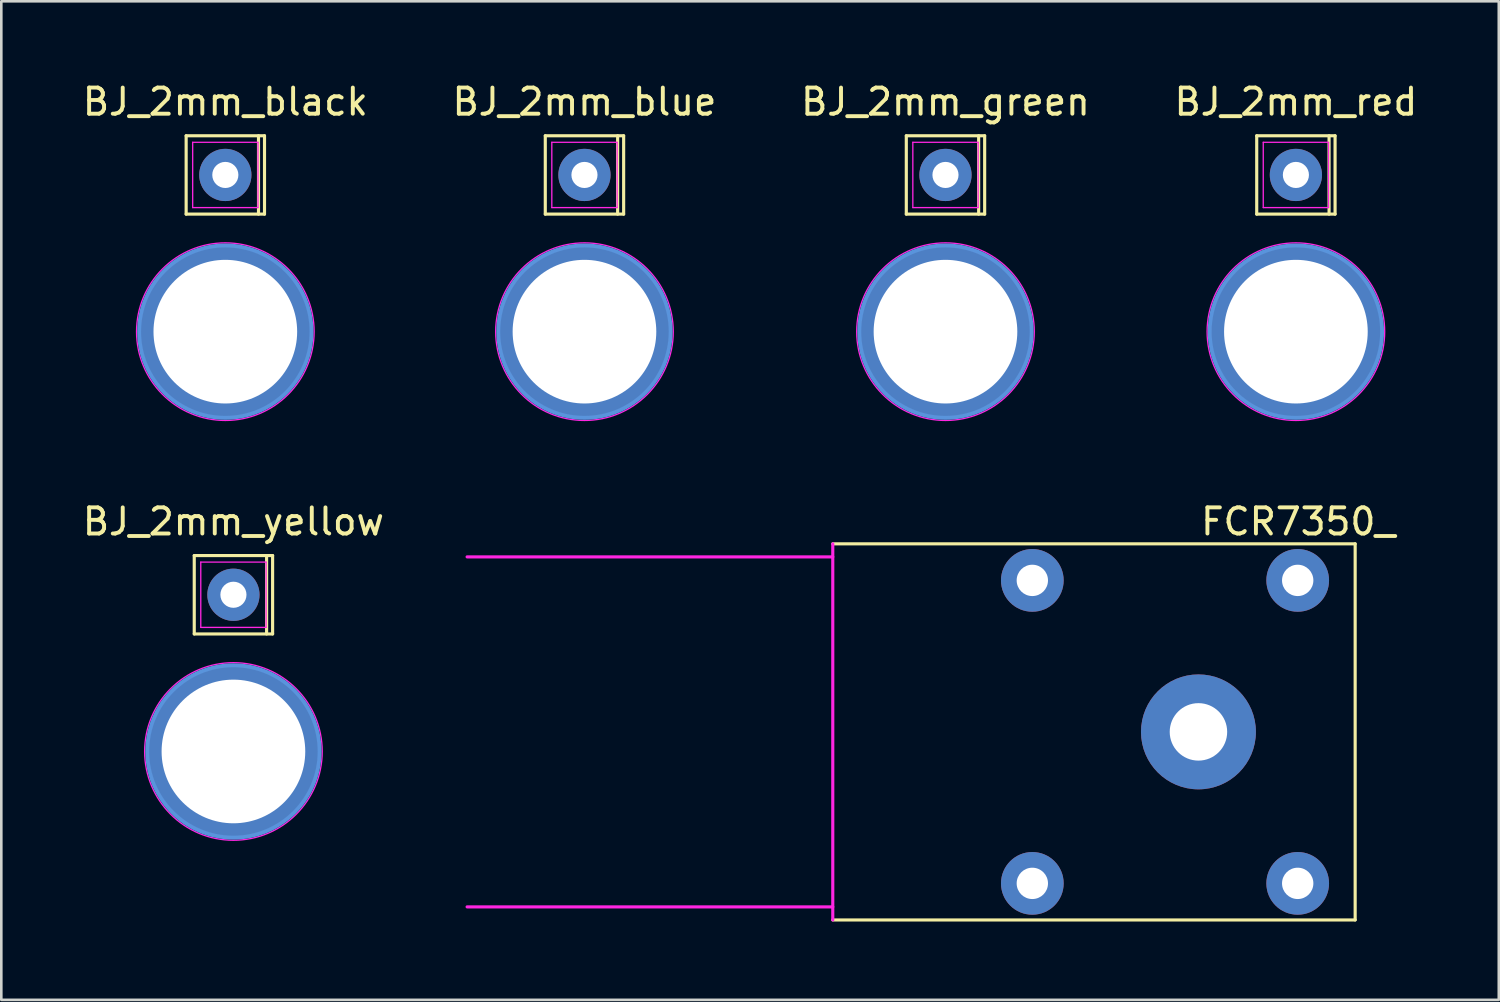
<source format=kicad_pcb>
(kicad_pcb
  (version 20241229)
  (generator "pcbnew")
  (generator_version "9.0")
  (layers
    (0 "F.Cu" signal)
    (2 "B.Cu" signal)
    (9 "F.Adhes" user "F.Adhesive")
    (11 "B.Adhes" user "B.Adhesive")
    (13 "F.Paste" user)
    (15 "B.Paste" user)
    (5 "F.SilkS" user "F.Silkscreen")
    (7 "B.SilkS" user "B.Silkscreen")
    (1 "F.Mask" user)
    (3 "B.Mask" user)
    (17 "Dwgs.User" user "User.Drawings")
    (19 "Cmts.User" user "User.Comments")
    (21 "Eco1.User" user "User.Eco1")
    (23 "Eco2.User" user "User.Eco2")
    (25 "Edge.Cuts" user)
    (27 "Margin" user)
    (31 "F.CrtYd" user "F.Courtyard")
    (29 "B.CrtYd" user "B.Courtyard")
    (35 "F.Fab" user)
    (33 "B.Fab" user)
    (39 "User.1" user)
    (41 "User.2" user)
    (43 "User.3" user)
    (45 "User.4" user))
  (footprint "BJ_2mm_yellow"
    (layer "F.Cu")
    (at 5.887 19.721)
    (property "Reference" "BJ_2mm_yellow" (at 0 -2.8 0) (layer "F.SilkS") (effects (font (size 1 1) (thickness 0.15))))
    (attr through_hole)
    (fp_line (start -1.5 -1.5) (end 1.5 -1.5) (stroke (width 0.12) (type solid)) (layer "F.SilkS"))
    (fp_line (start -1.5 1.5) (end -1.5 -1.5) (stroke (width 0.12) (type solid)) (layer "F.SilkS"))
    (fp_line (start 1.27 -1.5) (end 1.27 1.5) (stroke (width 0.12) (type solid)) (layer "F.SilkS"))
    (fp_line (start 1.5 -1.5) (end 1.5 1.5) (stroke (width 0.12) (type solid)) (layer "F.SilkS"))
    (fp_line (start 1.5 1.5) (end -1.5 1.5) (stroke (width 0.12) (type solid)) (layer "F.SilkS"))
    (fp_circle (center 0 6) (end 3.3 6) (stroke (width 0.15) (type solid)) (fill no) (layer "Cmts.User"))
    (fp_line (start -1.25 -1.25) (end 1.25 -1.25) (stroke (width 0.05) (type solid)) (layer "F.CrtYd"))
    (fp_line (start -1.25 1.25) (end -1.25 -1.25) (stroke (width 0.05) (type solid)) (layer "F.CrtYd"))
    (fp_line (start 1.25 -1.25) (end 1.25 1.25) (stroke (width 0.05) (type solid)) (layer "F.CrtYd"))
    (fp_line (start 1.25 1.25) (end -1.25 1.25) (stroke (width 0.05) (type solid)) (layer "F.CrtYd"))
    (fp_circle (center 0 6) (end 3.4 6) (stroke (width 0.05) (type solid)) (fill no) (layer "F.CrtYd"))
    (pad "" np_thru_hole circle (at 0 6) (size 6.5 6.5) (drill 5.5) (layers "*.Cu" "*.Mask"))
    (pad "0" thru_hole circle (at 0 0) (size 2 2) (drill 1) (layers "*.Cu" "*.Mask")))
  (footprint "BJ_2mm_blue"
    (layer "F.Cu")
    (at 19.327 3.648)
    (property "Reference" "BJ_2mm_blue" (at 0 -2.8 0) (layer "F.SilkS") (effects (font (size 1 1) (thickness 0.15))))
    (attr through_hole)
    (fp_line (start -1.5 -1.5) (end 1.5 -1.5) (stroke (width 0.12) (type solid)) (layer "F.SilkS"))
    (fp_line (start -1.5 1.5) (end -1.5 -1.5) (stroke (width 0.12) (type solid)) (layer "F.SilkS"))
    (fp_line (start 1.27 -1.5) (end 1.27 1.5) (stroke (width 0.12) (type solid)) (layer "F.SilkS"))
    (fp_line (start 1.5 -1.5) (end 1.5 1.5) (stroke (width 0.12) (type solid)) (layer "F.SilkS"))
    (fp_line (start 1.5 1.5) (end -1.5 1.5) (stroke (width 0.12) (type solid)) (layer "F.SilkS"))
    (fp_circle (center 0 6) (end 3.3 6) (stroke (width 0.15) (type solid)) (fill no) (layer "Cmts.User"))
    (fp_line (start -1.25 -1.25) (end 1.25 -1.25) (stroke (width 0.05) (type solid)) (layer "F.CrtYd"))
    (fp_line (start -1.25 1.25) (end -1.25 -1.25) (stroke (width 0.05) (type solid)) (layer "F.CrtYd"))
    (fp_line (start 1.25 -1.25) (end 1.25 1.25) (stroke (width 0.05) (type solid)) (layer "F.CrtYd"))
    (fp_line (start 1.25 1.25) (end -1.25 1.25) (stroke (width 0.05) (type solid)) (layer "F.CrtYd"))
    (fp_circle (center 0 6) (end 3.4 6) (stroke (width 0.05) (type solid)) (fill no) (layer "F.CrtYd"))
    (pad "" np_thru_hole circle (at 0 6) (size 6.5 6.5) (drill 5.5) (layers "*.Cu" "*.Mask"))
    (pad "0" thru_hole circle (at 0 0) (size 2 2) (drill 1) (layers "*.Cu" "*.Mask")))
  (footprint "BJ_2mm_red"
    (layer "F.Cu")
    (at 46.565 3.648)
    (property "Reference" "BJ_2mm_red" (at 0 -2.8 0) (layer "F.SilkS") (effects (font (size 1 1) (thickness 0.15))))
    (attr through_hole)
    (fp_line (start -1.5 -1.5) (end 1.5 -1.5) (stroke (width 0.12) (type solid)) (layer "F.SilkS"))
    (fp_line (start -1.5 1.5) (end -1.5 -1.5) (stroke (width 0.12) (type solid)) (layer "F.SilkS"))
    (fp_line (start 1.27 -1.5) (end 1.27 1.5) (stroke (width 0.12) (type solid)) (layer "F.SilkS"))
    (fp_line (start 1.5 -1.5) (end 1.5 1.5) (stroke (width 0.12) (type solid)) (layer "F.SilkS"))
    (fp_line (start 1.5 1.5) (end -1.5 1.5) (stroke (width 0.12) (type solid)) (layer "F.SilkS"))
    (fp_circle (center 0 6) (end 3.3 6) (stroke (width 0.15) (type solid)) (fill no) (layer "Cmts.User"))
    (fp_line (start -1.25 -1.25) (end 1.25 -1.25) (stroke (width 0.05) (type solid)) (layer "F.CrtYd"))
    (fp_line (start -1.25 1.25) (end -1.25 -1.25) (stroke (width 0.05) (type solid)) (layer "F.CrtYd"))
    (fp_line (start 1.25 -1.25) (end 1.25 1.25) (stroke (width 0.05) (type solid)) (layer "F.CrtYd"))
    (fp_line (start 1.25 1.25) (end -1.25 1.25) (stroke (width 0.05) (type solid)) (layer "F.CrtYd"))
    (fp_circle (center 0 6) (end 3.4 6) (stroke (width 0.05) (type solid)) (fill no) (layer "F.CrtYd"))
    (pad "" np_thru_hole circle (at 0 6) (size 6.5 6.5) (drill 5.5) (layers "*.Cu" "*.Mask"))
    (pad "0" thru_hole circle (at 0 0) (size 2 2) (drill 1) (layers "*.Cu" "*.Mask")))
  (footprint "FCR7350_"
    (layer "F.Cu")
    (at 42.834 24.971)
    (property "Reference" "FCR7350_" (at 3.82 -8.05 0) (layer "F.SilkS") (effects (font (size 1 1) (thickness 0.15))))
    (attr through_hole)
    (fp_line (start -14 -7.2) (end 6 -7.2) (stroke (width 0.12) (type solid)) (layer "F.SilkS"))
    (fp_line (start -14 7.2) (end 6 7.2) (stroke (width 0.12) (type solid)) (layer "F.SilkS"))
    (fp_line (start 6 -7.2) (end 6 7.2) (stroke (width 0.12) (type solid)) (layer "F.SilkS"))
    (fp_line (start -14 -7.2) (end -14 7.2) (stroke (width 0.12) (type solid)) (layer "F.CrtYd"))
    (fp_line (start -14 -6.7) (end -28 -6.7) (stroke (width 0.12) (type solid)) (layer "F.CrtYd"))
    (fp_line (start -14 6.7) (end -28 6.7) (stroke (width 0.12) (type solid)) (layer "F.CrtYd"))
    (pad "1" thru_hole circle (at 0 0) (size 4.4 4.4) (drill 2.2) (layers "*.Cu" "*.Mask"))
    (pad "2" thru_hole circle (at 3.8 -5.8) (size 2.4 2.4) (drill 1.2) (layers "*.Cu" "*.Mask"))
    (pad "3" thru_hole circle (at -6.36 -5.8) (size 2.4 2.4) (drill 1.2) (layers "*.Cu" "*.Mask"))
    (pad "4" thru_hole circle (at -6.36 5.8) (size 2.4 2.4) (drill 1.2) (layers "*.Cu" "*.Mask"))
    (pad "5" thru_hole circle (at 3.8 5.8) (size 2.4 2.4) (drill 1.2) (layers "*.Cu" "*.Mask")))
  (footprint "BJ_2mm_green"
    (layer "F.Cu")
    (at 33.149 3.648)
    (property "Reference" "BJ_2mm_green" (at 0 -2.8 0) (layer "F.SilkS") (effects (font (size 1 1) (thickness 0.15))))
    (attr through_hole)
    (fp_line (start -1.5 -1.5) (end 1.5 -1.5) (stroke (width 0.12) (type solid)) (layer "F.SilkS"))
    (fp_line (start -1.5 1.5) (end -1.5 -1.5) (stroke (width 0.12) (type solid)) (layer "F.SilkS"))
    (fp_line (start 1.27 -1.5) (end 1.27 1.5) (stroke (width 0.12) (type solid)) (layer "F.SilkS"))
    (fp_line (start 1.5 -1.5) (end 1.5 1.5) (stroke (width 0.12) (type solid)) (layer "F.SilkS"))
    (fp_line (start 1.5 1.5) (end -1.5 1.5) (stroke (width 0.12) (type solid)) (layer "F.SilkS"))
    (fp_circle (center 0 6) (end 3.3 6) (stroke (width 0.15) (type solid)) (fill no) (layer "Cmts.User"))
    (fp_line (start -1.25 -1.25) (end 1.25 -1.25) (stroke (width 0.05) (type solid)) (layer "F.CrtYd"))
    (fp_line (start -1.25 1.25) (end -1.25 -1.25) (stroke (width 0.05) (type solid)) (layer "F.CrtYd"))
    (fp_line (start 1.25 -1.25) (end 1.25 1.25) (stroke (width 0.05) (type solid)) (layer "F.CrtYd"))
    (fp_line (start 1.25 1.25) (end -1.25 1.25) (stroke (width 0.05) (type solid)) (layer "F.CrtYd"))
    (fp_circle (center 0 6) (end 3.4 6) (stroke (width 0.05) (type solid)) (fill no) (layer "F.CrtYd"))
    (pad "" np_thru_hole circle (at 0 6) (size 6.5 6.5) (drill 5.5) (layers "*.Cu" "*.Mask"))
    (pad "0" thru_hole circle (at 0 0) (size 2 2) (drill 1) (layers "*.Cu" "*.Mask")))
  (footprint "BJ_2mm_black"
    (layer "F.Cu")
    (at 5.577 3.648)
    (property "Reference" "BJ_2mm_black" (at 0 -2.8 0) (layer "F.SilkS") (effects (font (size 1 1) (thickness 0.15))))
    (attr through_hole)
    (fp_line (start -1.5 -1.5) (end 1.5 -1.5) (stroke (width 0.12) (type solid)) (layer "F.SilkS"))
    (fp_line (start -1.5 1.5) (end -1.5 -1.5) (stroke (width 0.12) (type solid)) (layer "F.SilkS"))
    (fp_line (start 1.27 -1.5) (end 1.27 1.5) (stroke (width 0.12) (type solid)) (layer "F.SilkS"))
    (fp_line (start 1.5 -1.5) (end 1.5 1.5) (stroke (width 0.12) (type solid)) (layer "F.SilkS"))
    (fp_line (start 1.5 1.5) (end -1.5 1.5) (stroke (width 0.12) (type solid)) (layer "F.SilkS"))
    (fp_circle (center 0 6) (end 3.3 6) (stroke (width 0.15) (type solid)) (fill no) (layer "Cmts.User"))
    (fp_line (start -1.25 -1.25) (end 1.25 -1.25) (stroke (width 0.05) (type solid)) (layer "F.CrtYd"))
    (fp_line (start -1.25 1.25) (end -1.25 -1.25) (stroke (width 0.05) (type solid)) (layer "F.CrtYd"))
    (fp_line (start 1.25 -1.25) (end 1.25 1.25) (stroke (width 0.05) (type solid)) (layer "F.CrtYd"))
    (fp_line (start 1.25 1.25) (end -1.25 1.25) (stroke (width 0.05) (type solid)) (layer "F.CrtYd"))
    (fp_circle (center 0 6) (end 3.4 6) (stroke (width 0.05) (type solid)) (fill no) (layer "F.CrtYd"))
    (pad "" np_thru_hole circle (at 0 6) (size 6.5 6.5) (drill 5.5) (layers "*.Cu" "*.Mask"))
    (pad "0" thru_hole circle (at 0 0) (size 2 2) (drill 1) (layers "*.Cu" "*.Mask")))
  (gr_rect
    (start -3 -3)
    (end 54.333 35.231)
    (stroke (width 0.1) (type default))
    (fill no)
    (layer "Edge.Cuts")))
</source>
